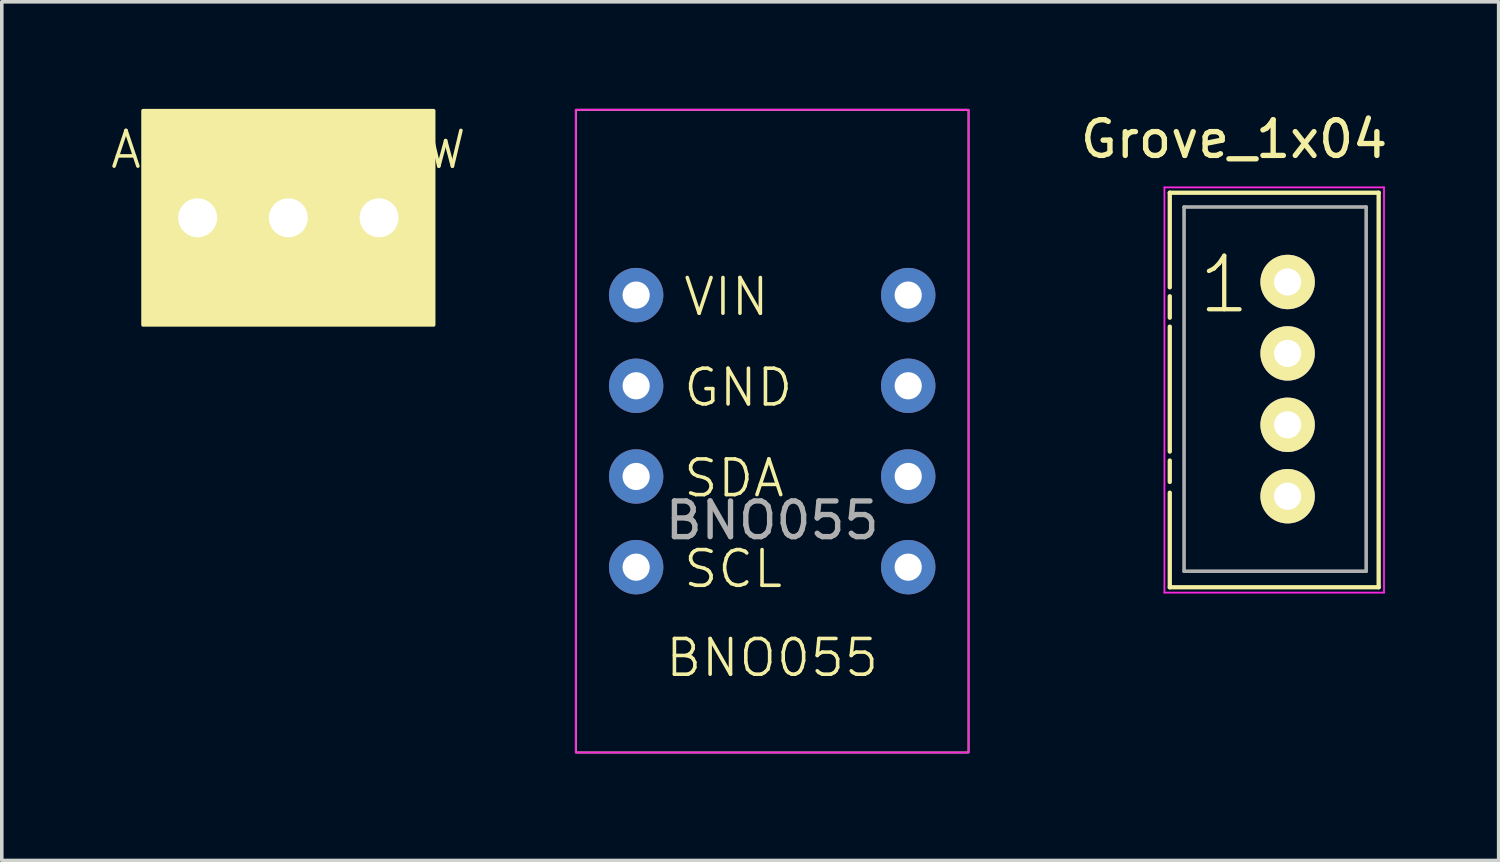
<source format=kicad_pcb>
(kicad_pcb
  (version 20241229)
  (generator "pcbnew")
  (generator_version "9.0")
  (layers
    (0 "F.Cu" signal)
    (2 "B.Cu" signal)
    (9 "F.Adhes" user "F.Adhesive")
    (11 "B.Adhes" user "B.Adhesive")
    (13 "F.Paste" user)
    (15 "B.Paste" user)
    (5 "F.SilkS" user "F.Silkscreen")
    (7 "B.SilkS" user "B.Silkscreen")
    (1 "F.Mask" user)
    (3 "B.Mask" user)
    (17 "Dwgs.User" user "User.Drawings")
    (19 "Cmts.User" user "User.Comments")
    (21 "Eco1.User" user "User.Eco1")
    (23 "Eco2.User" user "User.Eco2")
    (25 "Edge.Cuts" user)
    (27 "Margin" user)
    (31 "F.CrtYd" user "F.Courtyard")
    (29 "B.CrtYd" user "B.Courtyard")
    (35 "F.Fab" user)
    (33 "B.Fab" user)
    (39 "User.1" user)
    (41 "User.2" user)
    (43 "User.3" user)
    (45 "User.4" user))
  (footprint "Akizuki_3PSW"
    (layer "F.Cu")
    (at 5.026 3.05)
    (property "Reference" "Akizuki_3PSW" (at 0 -1.905 0) (unlocked yes) (layer "F.SilkS") (effects (font (size 1 1) (thickness 0.1))))
    (attr through_hole)
    (fp_rect (start -4.07 -3) (end 4.07 3) (stroke (width 0.1) (type solid)) (fill yes) (layer "F.SilkS"))
    (pad "1" thru_hole circle (at -2.54 0) (size 1.6 1.6) (drill 1.09) (layers "*.Cu" "*.Mask"))
    (pad "2" thru_hole circle (at 0 0) (size 1.6 1.6) (drill 1.09) (layers "*.Cu" "*.Mask"))
    (pad "3" thru_hole circle (at 2.54 0) (size 1.6 1.6) (drill 1.09) (layers "*.Cu" "*.Mask")))
  (footprint "BNO055"
    (layer "F.Cu")
    (at 18.577 9.025)
    (property "Reference" "BNO055" (at 0 6.35 0) (unlocked yes) (layer "F.SilkS") (effects (font (size 1 1) (thickness 0.1))))
    (attr through_hole)
    (fp_rect (start -5.5 -9) (end 5.5 9) (stroke (width 0.05) (type default)) (fill no) (layer "F.SilkS"))
    (fp_rect (start -5.5 -9) (end 5.5 9) (stroke (width 0.05) (type default)) (fill no) (layer "F.CrtYd"))
    (fp_text user "SDA" (at -2.54 1.905 0) (unlocked yes) (layer "F.SilkS") (effects (font (size 1 1) (thickness 0.1)) (justify left bottom)))
    (fp_text user "SCL" (at -2.54 4.445 0) (unlocked yes) (layer "F.SilkS") (effects (font (size 1 1) (thickness 0.1)) (justify left bottom)))
    (fp_text user "VIN" (at -2.54 -3.175 0) (unlocked yes) (layer "F.SilkS") (effects (font (size 1 1) (thickness 0.1)) (justify left bottom)))
    (fp_text user "GND" (at -2.54 -0.635 0) (unlocked yes) (layer "F.SilkS") (effects (font (size 1 1) (thickness 0.1)) (justify left bottom)))
    (fp_text user "${REFERENCE}" (at 0 2.5 0) (unlocked yes) (layer "F.Fab") (effects (font (size 1 1) (thickness 0.15))))
    (pad "1" thru_hole circle (at -3.81 -3.81) (size 1.524 1.524) (drill 0.762) (layers "*.Cu" "*.Mask"))
    (pad "2" thru_hole circle (at -3.81 -1.27) (size 1.524 1.524) (drill 0.762) (layers "*.Cu" "*.Mask"))
    (pad "3" thru_hole circle (at -3.81 1.27) (size 1.524 1.524) (drill 0.762) (layers "*.Cu" "*.Mask"))
    (pad "4" thru_hole circle (at -3.81 3.81) (size 1.524 1.524) (drill 0.762) (layers "*.Cu" "*.Mask"))
    (pad "5" thru_hole circle (at 3.81 3.81) (size 1.524 1.524) (drill 0.762) (layers "*.Cu" "*.Mask"))
    (pad "6" thru_hole circle (at 3.81 1.27) (size 1.524 1.524) (drill 0.762) (layers "*.Cu" "*.Mask"))
    (pad "7" thru_hole circle (at 3.81 -1.27) (size 1.524 1.524) (drill 0.762) (layers "*.Cu" "*.Mask"))
    (pad "8" thru_hole circle (at 3.81 -3.81) (size 1.524 1.524) (drill 0.762) (layers "*.Cu" "*.Mask")))
  (footprint "Grove_1x04"
    (layer "F.Cu")
    (at 33.013 4.848)
    (property "Reference" "Grove_1x04" (at -1.5 -4 0) (layer "F.SilkS") (effects (font (size 1 1) (thickness 0.15))))
    (attr through_hole)
    (fp_line (start -3.3 -2.5) (end -3.3 0.15) (stroke (width 0.12) (type solid)) (layer "F.SilkS"))
    (fp_line (start -3.3 -2.5) (end 2.55 -2.5) (stroke (width 0.12) (type solid)) (layer "F.SilkS"))
    (fp_line (start -3.3 0.4) (end -3.3 1) (stroke (width 0.12) (type solid)) (layer "F.SilkS"))
    (fp_line (start -3.3 1.25) (end -3.3 4.75) (stroke (width 0.12) (type solid)) (layer "F.SilkS"))
    (fp_line (start -3.3 5) (end -3.3 5.6) (stroke (width 0.12) (type solid)) (layer "F.SilkS"))
    (fp_line (start -3.3 5.9) (end -3.3 8.55) (stroke (width 0.12) (type solid)) (layer "F.SilkS"))
    (fp_line (start -3.3 8.55) (end 2.55 8.55) (stroke (width 0.12) (type solid)) (layer "F.SilkS"))
    (fp_line (start 2.55 -2.5) (end 2.55 8.55) (stroke (width 0.12) (type solid)) (layer "F.SilkS"))
    (fp_line (start -3.45 -2.65) (end -3.45 8.7) (stroke (width 0.05) (type solid)) (layer "F.CrtYd"))
    (fp_line (start -3.45 -2.65) (end 2.7 -2.65) (stroke (width 0.05) (type solid)) (layer "F.CrtYd"))
    (fp_line (start -3.45 8.7) (end 2.7 8.7) (stroke (width 0.05) (type solid)) (layer "F.CrtYd"))
    (fp_line (start 2.7 8.7) (end 2.7 -2.65) (stroke (width 0.05) (type solid)) (layer "F.CrtYd"))
    (fp_line (start -2.9 -2.1) (end 2.2 -2.1) (stroke (width 0.1) (type solid)) (layer "F.Fab"))
    (fp_line (start -2.9 8.1) (end -2.9 -2.1) (stroke (width 0.1) (type solid)) (layer "F.Fab"))
    (fp_line (start 2.2 -2.1) (end 2.2 8.1) (stroke (width 0.1) (type solid)) (layer "F.Fab"))
    (fp_line (start 2.2 8.1) (end -2.9 8.1) (stroke (width 0.1) (type solid)) (layer "F.Fab"))
    (fp_text user "1" (at -1.775 0.075 0) (layer "F.SilkS") (effects (font (size 1.5 1.5) (thickness 0.12))))
    (pad "1" thru_hole circle (at 0 0) (size 1.524 1.524) (drill 0.762) (layers "*.Cu" "*.Mask" "F.SilkS"))
    (pad "2" thru_hole circle (at 0 2) (size 1.524 1.524) (drill 0.762) (layers "*.Cu" "*.Mask" "F.SilkS"))
    (pad "3" thru_hole circle (at 0 4) (size 1.524 1.524) (drill 0.762) (layers "*.Cu" "*.Mask" "F.SilkS"))
    (pad "4" thru_hole circle (at 0 6) (size 1.524 1.524) (drill 0.762) (layers "*.Cu" "*.Mask" "F.SilkS")))
  (gr_rect
    (start -3 -3)
    (end 38.924 21.05)
    (stroke (width 0.1) (type default))
    (fill no)
    (layer "Edge.Cuts")))
</source>
